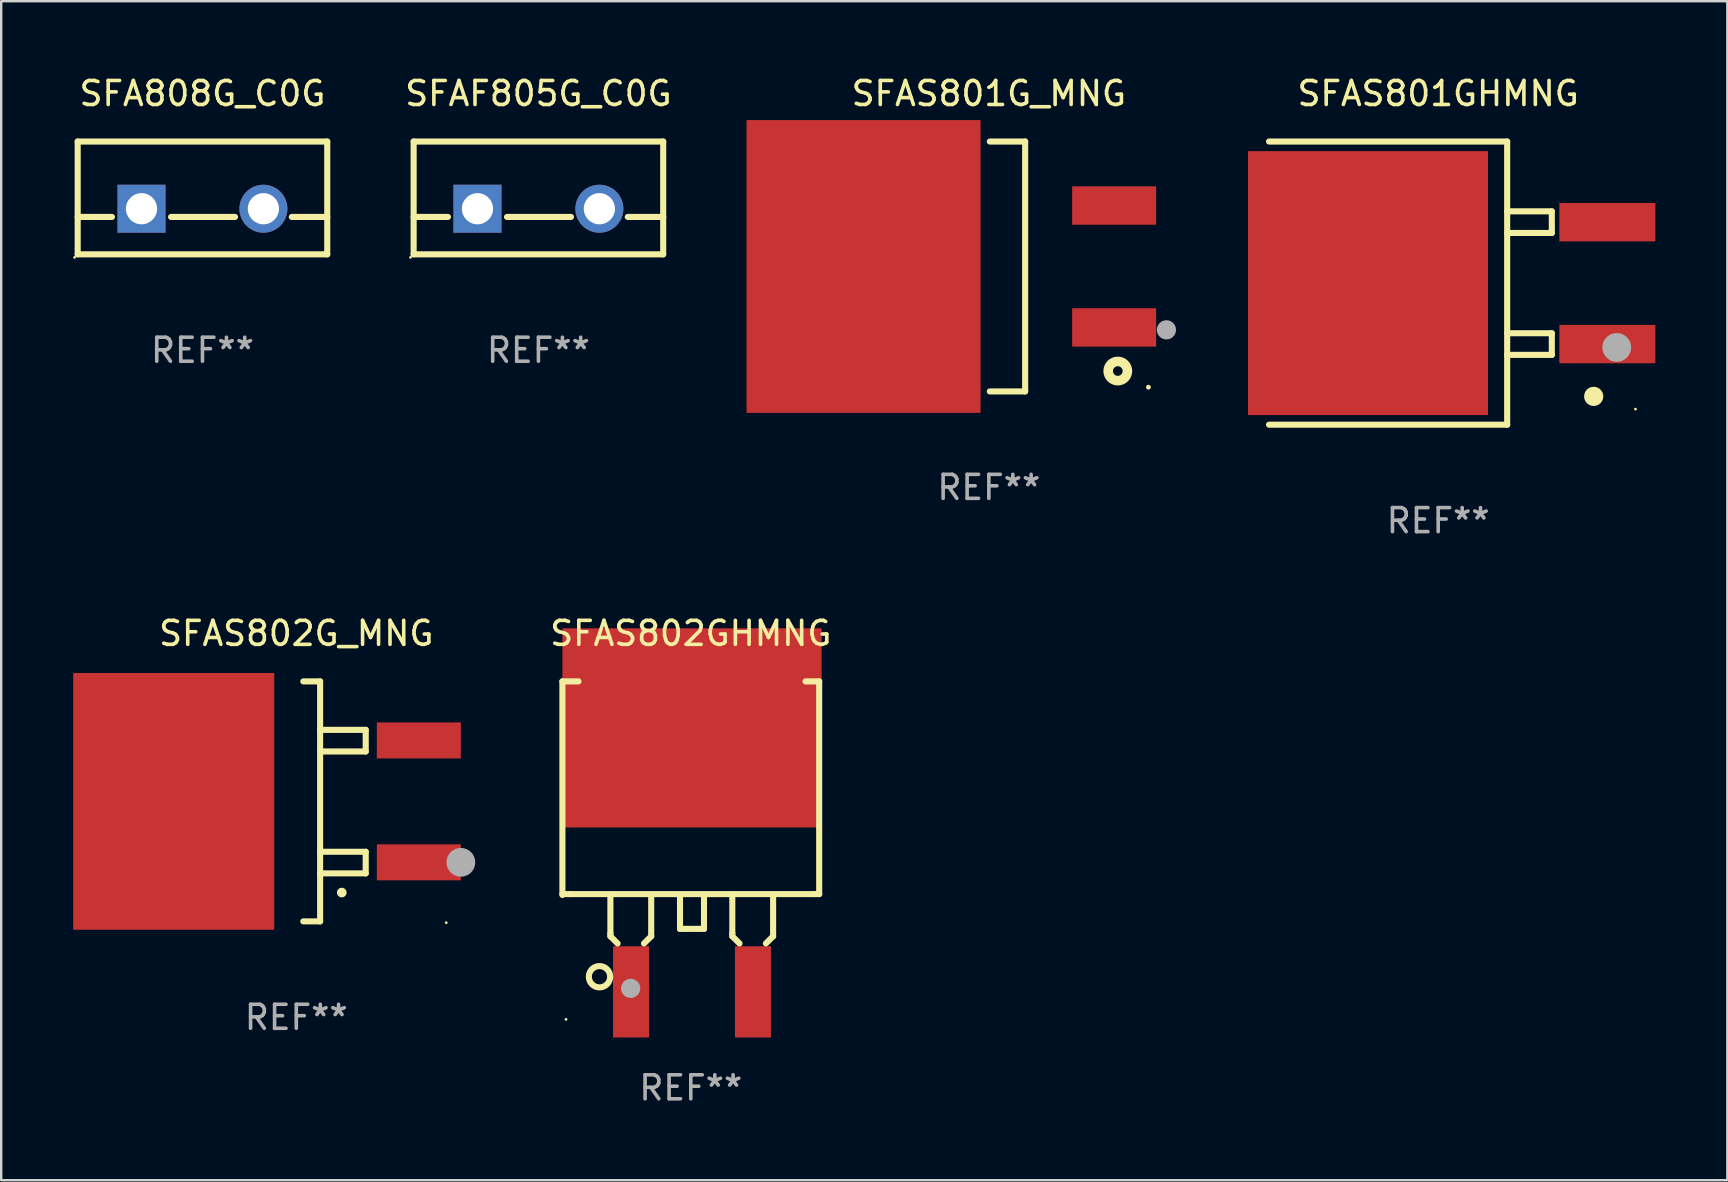
<source format=kicad_pcb>
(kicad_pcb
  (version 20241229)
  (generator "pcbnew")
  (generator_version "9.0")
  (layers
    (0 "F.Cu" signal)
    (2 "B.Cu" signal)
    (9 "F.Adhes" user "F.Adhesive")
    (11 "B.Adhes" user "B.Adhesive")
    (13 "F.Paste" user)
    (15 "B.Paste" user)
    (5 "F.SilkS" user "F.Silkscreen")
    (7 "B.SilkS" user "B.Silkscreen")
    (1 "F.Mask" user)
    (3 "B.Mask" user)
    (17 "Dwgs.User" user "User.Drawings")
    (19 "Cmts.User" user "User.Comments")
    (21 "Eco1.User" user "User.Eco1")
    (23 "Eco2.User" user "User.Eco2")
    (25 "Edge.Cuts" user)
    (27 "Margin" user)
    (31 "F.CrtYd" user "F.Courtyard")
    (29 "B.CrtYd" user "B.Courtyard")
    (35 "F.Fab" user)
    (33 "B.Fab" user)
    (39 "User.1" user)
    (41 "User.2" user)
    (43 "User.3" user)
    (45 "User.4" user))
  (footprint "SFAS801GHMNG"
    (layer "F.Cu")
    (at 56.882 8.748)
    (property "Reference" "SFAS801GHMNG" (at 0 -7.9 0) (layer "F.SilkS") (effects (font (size 1 1) (thickness 0.15))))
    (attr through_hole)
    (fp_line (start -7.05 5.9) (end 2.875 5.9) (stroke (width 0.254) (type solid)) (layer "F.SilkS"))
    (fp_line (start 2.875 -5.9) (end -7.05 -5.9) (stroke (width 0.254) (type solid)) (layer "F.SilkS"))
    (fp_line (start 2.875 -5.9) (end 2.875 5.9) (stroke (width 0.254) (type solid)) (layer "F.SilkS"))
    (fp_line (start 2.875 -2.991) (end 4.735 -2.991) (stroke (width 0.254) (type solid)) (layer "F.SilkS"))
    (fp_line (start 2.875 2.089) (end 4.735 2.089) (stroke (width 0.254) (type solid)) (layer "F.SilkS"))
    (fp_line (start 4.735 -2.991) (end 4.735 -2.09) (stroke (width 0.254) (type solid)) (layer "F.SilkS"))
    (fp_line (start 4.735 -2.09) (end 2.875 -2.09) (stroke (width 0.254) (type solid)) (layer "F.SilkS"))
    (fp_line (start 4.735 2.089) (end 4.735 2.99) (stroke (width 0.254) (type solid)) (layer "F.SilkS"))
    (fp_line (start 4.735 2.99) (end 2.875 2.99) (stroke (width 0.254) (type solid)) (layer "F.SilkS"))
    (fp_circle (center 6.48 4.72) (end 6.68 4.72) (stroke (width 0.4) (type solid)) (fill no) (layer "F.SilkS"))
    (fp_circle (center 8.22 5.25) (end 8.25 5.25) (stroke (width 0.06) (type solid)) (fill no) (layer "F.SilkS"))
    (fp_circle (center 7.44 2.68) (end 7.74 2.68) (stroke (width 0.6) (type solid)) (fill no) (layer "F.Fab"))
    (fp_text user "REF**" (at 0 9.9 0) (layer "F.Fab") (effects (font (size 1 1) (thickness 0.15))))
    (pad "1" smd rect (at 7.05 2.54) (size 4 1.6) (layers "F.Cu" "F.Mask" "F.Paste"))
    (pad "2" smd rect (at 7.05 -2.54) (size 4 1.6) (layers "F.Cu" "F.Mask" "F.Paste"))
    (pad "3" smd rect (at -2.925 0.000102) (size 10 11) (layers "F.Cu" "F.Mask" "F.Paste")))
  (footprint "SFAF805G_C0G"
    (layer "F.Cu")
    (at 19.387 5.198)
    (property "Reference" "SFAF805G_C0G" (at 0 -4.35 0) (layer "F.SilkS") (effects (font (size 1 1) (thickness 0.15))))
    (attr through_hole)
    (fp_line (start -5.2 -2.35) (end -5.2 2.35) (stroke (width 0.254) (type solid)) (layer "F.SilkS"))
    (fp_line (start -5.2 -2.35) (end 5.2 -2.35) (stroke (width 0.254) (type solid)) (layer "F.SilkS"))
    (fp_line (start -5.2 0.792) (end -3.771 0.792) (stroke (width 0.254) (type solid)) (layer "F.SilkS"))
    (fp_line (start -5.2 2.35) (end 5.2 2.35) (stroke (width 0.254) (type solid)) (layer "F.SilkS"))
    (fp_line (start -1.309 0.792) (end 1.357 0.792) (stroke (width 0.254) (type solid)) (layer "F.SilkS"))
    (fp_line (start 3.723 0.792) (end 5.2 0.792) (stroke (width 0.254) (type solid)) (layer "F.SilkS"))
    (fp_line (start 5.2 -2.35) (end 5.2 2.35) (stroke (width 0.254) (type solid)) (layer "F.SilkS"))
    (fp_circle (center -5.327 2.477) (end -5.297 2.477) (stroke (width 0.06) (type solid)) (fill no) (layer "F.SilkS"))
    (fp_text user "REF**" (at 0 6.35 0) (layer "F.Fab") (effects (font (size 1 1) (thickness 0.15))))
    (pad "1" thru_hole rect (at -2.54 0.45) (size 2 2) (drill 1.3) (layers "*.Cu" "*.Mask"))
    (pad "2" thru_hole circle (at 2.54 0.45) (size 2 2) (drill 1.3) (layers "*.Cu" "*.Mask")))
  (footprint "SFA808G_C0G"
    (layer "F.Cu")
    (at 5.387 5.198)
    (property "Reference" "SFA808G_C0G" (at 0 -4.35 0) (layer "F.SilkS") (effects (font (size 1 1) (thickness 0.15))))
    (attr through_hole)
    (fp_line (start -5.2 -2.35) (end -5.2 2.35) (stroke (width 0.254) (type solid)) (layer "F.SilkS"))
    (fp_line (start -5.2 -2.35) (end 5.2 -2.35) (stroke (width 0.254) (type solid)) (layer "F.SilkS"))
    (fp_line (start -5.2 0.792) (end -3.771 0.792) (stroke (width 0.254) (type solid)) (layer "F.SilkS"))
    (fp_line (start -5.2 2.35) (end 5.2 2.35) (stroke (width 0.254) (type solid)) (layer "F.SilkS"))
    (fp_line (start -1.309 0.792) (end 1.357 0.792) (stroke (width 0.254) (type solid)) (layer "F.SilkS"))
    (fp_line (start 3.723 0.792) (end 5.2 0.792) (stroke (width 0.254) (type solid)) (layer "F.SilkS"))
    (fp_line (start 5.2 -2.35) (end 5.2 2.35) (stroke (width 0.254) (type solid)) (layer "F.SilkS"))
    (fp_circle (center -5.327 2.477) (end -5.297 2.477) (stroke (width 0.06) (type solid)) (fill no) (layer "F.SilkS"))
    (fp_text user "REF**" (at 0 6.35 0) (layer "F.Fab") (effects (font (size 1 1) (thickness 0.15))))
    (pad "1" thru_hole rect (at -2.54 0.45) (size 2 2) (drill 1.3) (layers "*.Cu" "*.Mask"))
    (pad "2" thru_hole circle (at 2.54 0.45) (size 2 2) (drill 1.3) (layers "*.Cu" "*.Mask")))
  (footprint "SFAS801G_MNG"
    (layer "F.Cu")
    (at 38.157 8.055)
    (property "Reference" "SFAS801G_MNG" (at 0 -7.207 0) (layer "F.SilkS") (effects (font (size 1 1) (thickness 0.15))))
    (attr through_hole)
    (fp_line (start 0.04 5.207) (end 1.513 5.207) (stroke (width 0.254) (type solid)) (layer "F.SilkS"))
    (fp_line (start 1.513 -5.207) (end 0.04 -5.207) (stroke (width 0.254) (type solid)) (layer "F.SilkS"))
    (fp_line (start 1.513 5.207) (end 1.513 -5.207) (stroke (width 0.254) (type solid)) (layer "F.SilkS"))
    (fp_circle (center 5.374 4.357) (end 5.775 4.357) (stroke (width 0.4) (type solid)) (fill no) (layer "F.SilkS"))
    (fp_circle (center 6.65 5.03) (end 6.7 5.03) (stroke (width 0.1) (type solid)) (fill no) (layer "F.SilkS"))
    (fp_circle (center 7.4 2.64) (end 7.6 2.64) (stroke (width 0.4) (type solid)) (fill no) (layer "F.Fab"))
    (fp_text user "REF**" (at 0 9.207 0) (layer "F.Fab") (effects (font (size 1 1) (thickness 0.15))))
    (pad "1" smd rect (at 5.222 2.54 90) (size 1.6 3.5) (layers "F.Cu" "F.Mask" "F.Paste"))
    (pad "2" smd rect (at 5.222 -2.54 90) (size 1.6 3.5) (layers "F.Cu" "F.Mask" "F.Paste"))
    (pad "3" smd rect (at -5.222 -0.000102 90) (size 12.2 9.751) (layers "F.Cu" "F.Mask" "F.Paste")))
  (footprint "SFAS802G_MNG"
    (layer "F.Cu")
    (at 9.297 30.345)
    (property "Reference" "SFAS802G_MNG" (at 0 -7 0) (layer "F.SilkS") (effects (font (size 1 1) (thickness 0.15))))
    (attr through_hole)
    (fp_line (start 0.293 -5) (end 0.993 -5) (stroke (width 0.254) (type solid)) (layer "F.SilkS"))
    (fp_line (start 0.993 -5) (end 0.993 5) (stroke (width 0.254) (type solid)) (layer "F.SilkS"))
    (fp_line (start 0.993 -2.08) (end 2.893 -2.08) (stroke (width 0.254) (type solid)) (layer "F.SilkS"))
    (fp_line (start 0.993 3) (end 2.893 3) (stroke (width 0.254) (type solid)) (layer "F.SilkS"))
    (fp_line (start 0.993 5) (end 0.293 5) (stroke (width 0.254) (type solid)) (layer "F.SilkS"))
    (fp_line (start 2.893 -2.98) (end 0.993 -2.98) (stroke (width 0.254) (type solid)) (layer "F.SilkS"))
    (fp_line (start 2.893 -2.08) (end 2.893 -2.98) (stroke (width 0.254) (type solid)) (layer "F.SilkS"))
    (fp_line (start 2.893 2.1) (end 0.993 2.1) (stroke (width 0.254) (type solid)) (layer "F.SilkS"))
    (fp_line (start 2.893 3) (end 2.893 2.1) (stroke (width 0.254) (type solid)) (layer "F.SilkS"))
    (fp_arc (start 1.893447 3.79986) (mid 1.894717 3.799856) (end 1.895987 3.79986) (stroke (width 0.4) (type solid)) (layer "F.SilkS"))
    (fp_circle (center 6.248 5.055) (end 6.278 5.055) (stroke (width 0.06) (type solid)) (fill no) (layer "F.SilkS"))
    (fp_circle (center 6.858 2.54) (end 7.158 2.54) (stroke (width 0.6) (type solid)) (fill no) (layer "F.Fab"))
    (fp_text user "REF**" (at 0 9 0) (layer "F.Fab") (effects (font (size 1 1) (thickness 0.15))))
    (pad "1" smd rect (at 5.107 2.54) (size 3.5 1.5) (layers "F.Cu" "F.Mask" "F.Paste"))
    (pad "2" smd rect (at -5.107 -0.000241) (size 8.38 10.7) (layers "F.Cu" "F.Mask" "F.Paste"))
    (pad "3" smd rect (at 5.106 -2.54) (size 3.5 1.5) (layers "F.Cu" "F.Mask" "F.Paste")))
  (footprint "SFAS802GHMNG"
    (layer "F.Cu")
    (at 25.737 31.814)
    (property "Reference" "SFAS802GHMNG" (at 0 -8.469 0) (layer "F.SilkS") (effects (font (size 1 1) (thickness 0.15))))
    (attr through_hole)
    (fp_line (start -5.35 -6.469) (end -5.35 2.431) (stroke (width 0.254) (type solid)) (layer "F.SilkS"))
    (fp_line (start -5.05 2.394) (end -5.35 2.394) (stroke (width 0.254) (type solid)) (layer "F.SilkS"))
    (fp_line (start -4.681 -6.469) (end -5.35 -6.469) (stroke (width 0.254) (type solid)) (layer "F.SilkS"))
    (fp_line (start -3.35 2.431) (end -3.35 4.031) (stroke (width 0.254) (type solid)) (layer "F.SilkS"))
    (fp_line (start -3.35 4.031) (end -3.35 4.152) (stroke (width 0.254) (type solid)) (layer "F.SilkS"))
    (fp_line (start -3.35 4.152) (end -3.05 4.452) (stroke (width 0.254) (type solid)) (layer "F.SilkS"))
    (fp_line (start -1.65 2.452) (end -1.65 4.152) (stroke (width 0.254) (type solid)) (layer "F.SilkS"))
    (fp_line (start -1.65 4.152) (end -1.95 4.452) (stroke (width 0.254) (type solid)) (layer "F.SilkS"))
    (fp_line (start -0.45 2.432) (end -0.45 3.844) (stroke (width 0.254) (type solid)) (layer "F.SilkS"))
    (fp_line (start -0.45 3.844) (end 0.55 3.844) (stroke (width 0.254) (type solid)) (layer "F.SilkS"))
    (fp_line (start 0.55 3.844) (end 0.55 2.432) (stroke (width 0.254) (type solid)) (layer "F.SilkS"))
    (fp_line (start 1.73 2.431) (end 1.73 4.031) (stroke (width 0.254) (type solid)) (layer "F.SilkS"))
    (fp_line (start 1.73 4.031) (end 1.73 4.152) (stroke (width 0.254) (type solid)) (layer "F.SilkS"))
    (fp_line (start 1.73 4.152) (end 2.03 4.452) (stroke (width 0.254) (type solid)) (layer "F.SilkS"))
    (fp_line (start 3.43 2.452) (end 3.43 4.152) (stroke (width 0.254) (type solid)) (layer "F.SilkS"))
    (fp_line (start 3.43 4.152) (end 3.13 4.452) (stroke (width 0.254) (type solid)) (layer "F.SilkS"))
    (fp_line (start 5.15 2.394) (end -5.05 2.394) (stroke (width 0.254) (type solid)) (layer "F.SilkS"))
    (fp_line (start 5.15 2.394) (end 5.35 2.394) (stroke (width 0.254) (type solid)) (layer "F.SilkS"))
    (fp_line (start 5.35 -6.469) (end 4.781 -6.469) (stroke (width 0.254) (type solid)) (layer "F.SilkS"))
    (fp_line (start 5.35 2.394) (end 5.35 -6.469) (stroke (width 0.254) (type solid)) (layer "F.SilkS"))
    (fp_circle (center -5.2 7.614) (end -5.17 7.614) (stroke (width 0.06) (type solid)) (fill no) (layer "F.SilkS"))
    (fp_circle (center -3.805 5.838) (end -3.361 5.838) (stroke (width 0.254) (type solid)) (fill no) (layer "F.SilkS"))
    (fp_circle (center -2.506 6.323) (end -2.306 6.323) (stroke (width 0.4) (type solid)) (fill no) (layer "F.Fab"))
    (fp_text user "REF**" (at 0 10.469 0) (layer "F.Fab") (effects (font (size 1 1) (thickness 0.15))))
    (pad "1" smd rect (at -2.49 6.469) (size 1.5 3.8) (layers "F.Cu" "F.Mask" "F.Paste"))
    (pad "2" smd rect (at 0.05 -4.531) (size 10.8 8.3) (layers "F.Cu" "F.Mask" "F.Paste"))
    (pad "3" smd rect (at 2.59 6.469) (size 1.5 3.8) (layers "F.Cu" "F.Mask" "F.Paste")))
  (gr_rect
    (start -3 -3)
    (end 68.932 46.131)
    (stroke (width 0.1) (type default))
    (fill no)
    (layer "Edge.Cuts")))
</source>
